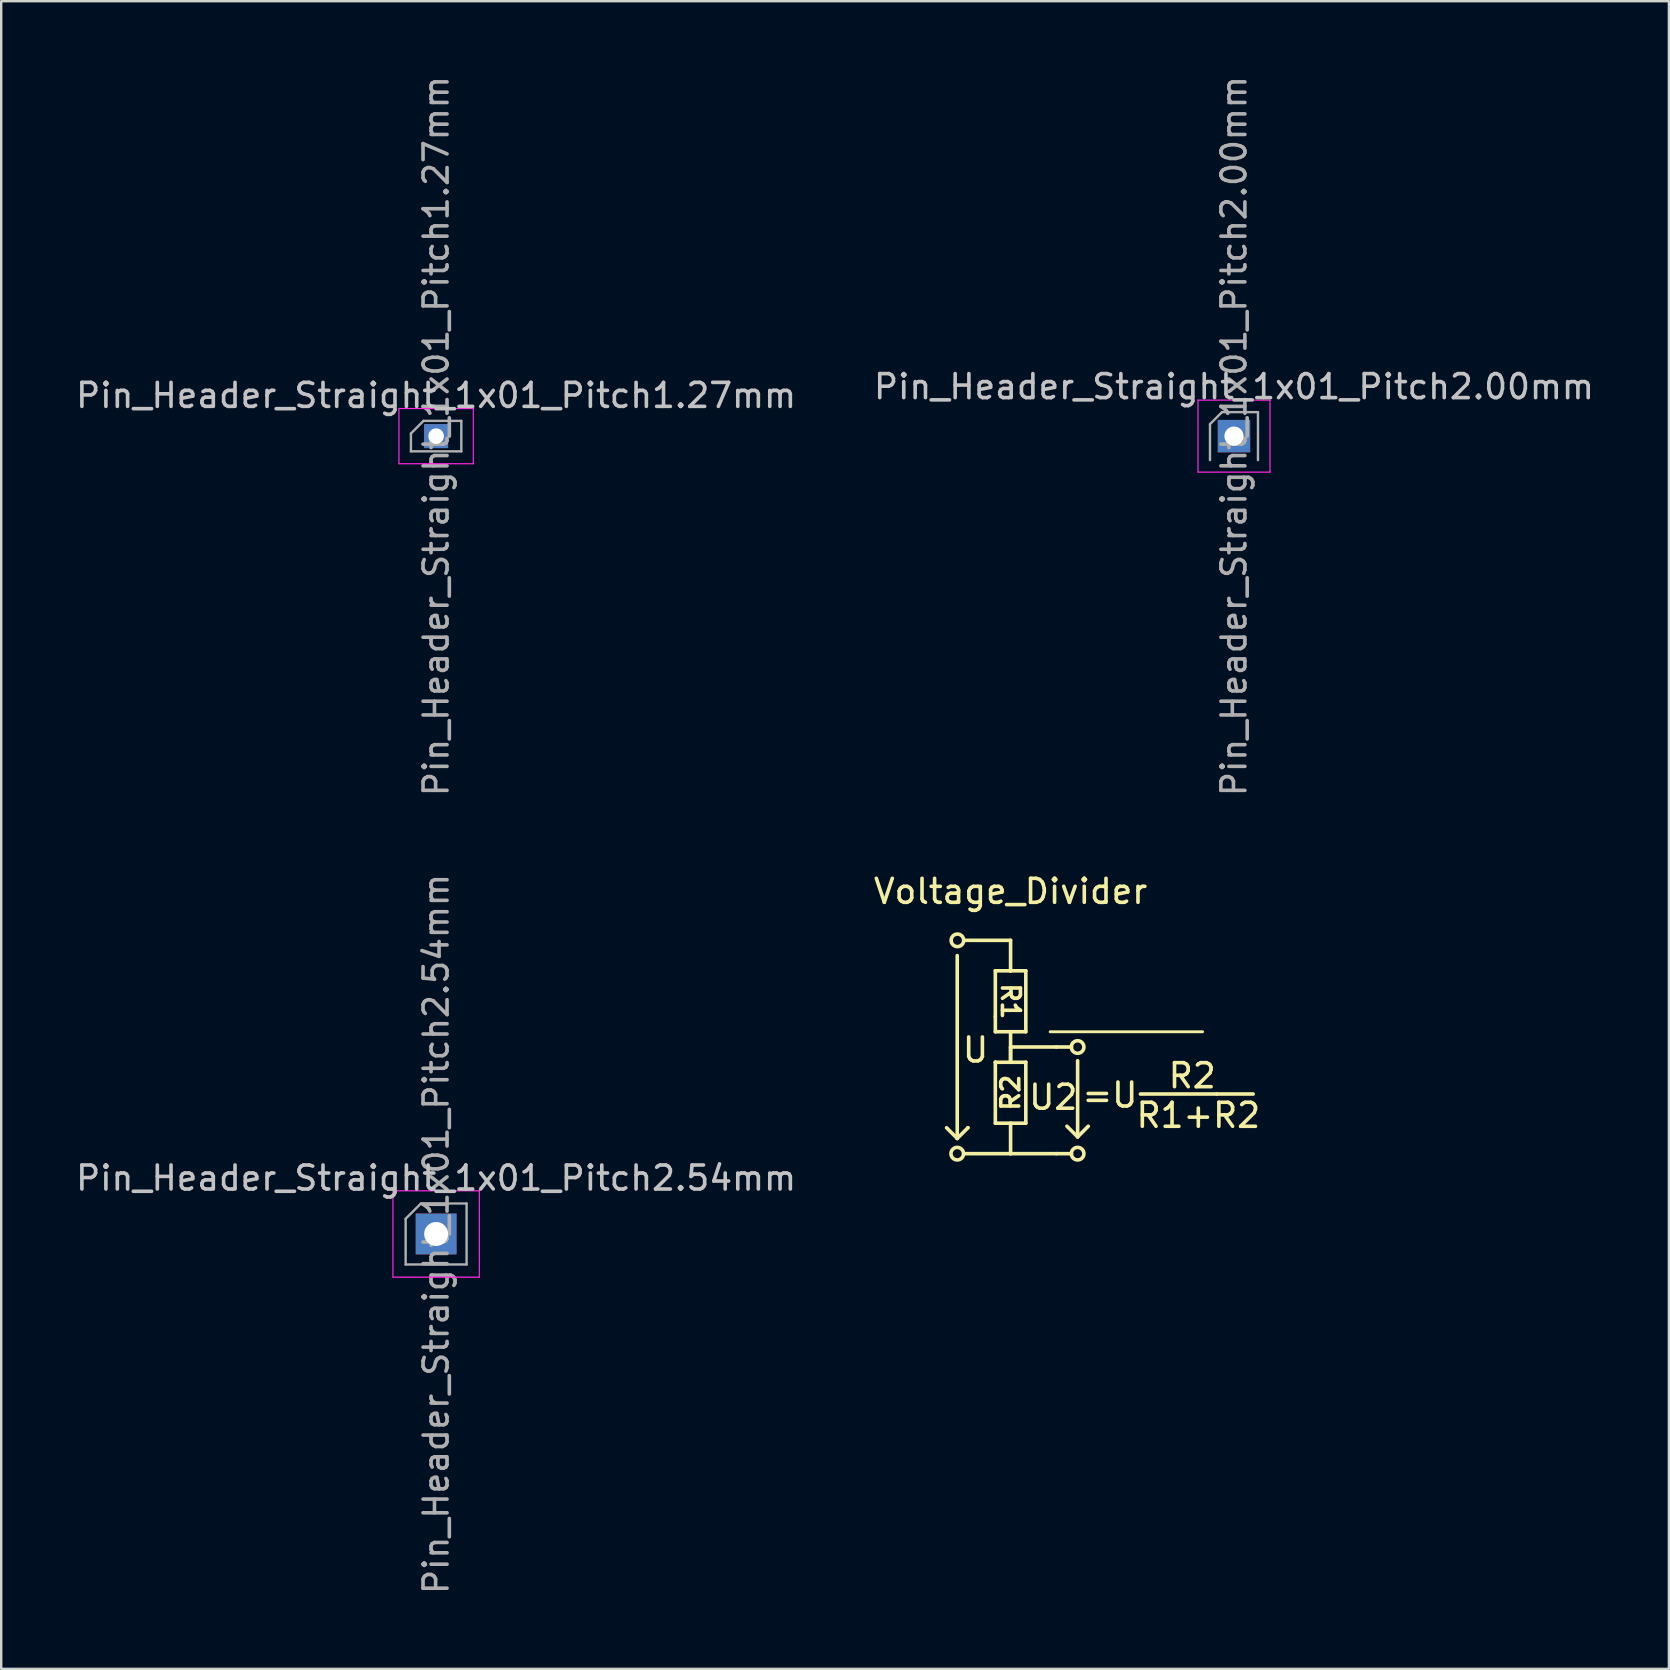
<source format=kicad_pcb>
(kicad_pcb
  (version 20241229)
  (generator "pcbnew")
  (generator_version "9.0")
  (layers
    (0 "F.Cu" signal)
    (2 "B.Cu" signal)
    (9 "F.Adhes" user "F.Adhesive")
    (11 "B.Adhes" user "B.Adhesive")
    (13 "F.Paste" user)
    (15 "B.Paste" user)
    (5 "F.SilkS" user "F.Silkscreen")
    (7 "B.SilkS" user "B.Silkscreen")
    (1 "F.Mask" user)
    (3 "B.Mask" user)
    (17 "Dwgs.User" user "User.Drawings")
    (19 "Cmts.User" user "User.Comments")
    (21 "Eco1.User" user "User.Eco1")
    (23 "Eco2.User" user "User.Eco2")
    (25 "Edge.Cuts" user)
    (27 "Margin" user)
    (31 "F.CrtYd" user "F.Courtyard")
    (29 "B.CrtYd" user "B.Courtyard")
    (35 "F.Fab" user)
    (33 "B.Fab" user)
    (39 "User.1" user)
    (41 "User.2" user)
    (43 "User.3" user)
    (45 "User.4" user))
  (footprint "Pin_Header_Straight_1x01_Pitch2.54mm"
    (layer "F.Cu")
    (at 15.125 48.375)
    (property "Reference" "Pin_Header_Straight_1x01_Pitch2.54mm" (at 0 -2.33 0) (layer "Dwgs.User") (effects (font (size 1 1) (thickness 0.15))))
    (attr through_hole)
    (fp_line (start -1.8 -1.8) (end -1.8 1.8) (stroke (width 0.05) (type solid)) (layer "F.CrtYd"))
    (fp_line (start -1.8 1.8) (end 1.8 1.8) (stroke (width 0.05) (type solid)) (layer "F.CrtYd"))
    (fp_line (start 1.8 -1.8) (end -1.8 -1.8) (stroke (width 0.05) (type solid)) (layer "F.CrtYd"))
    (fp_line (start 1.8 1.8) (end 1.8 -1.8) (stroke (width 0.05) (type solid)) (layer "F.CrtYd"))
    (fp_line (start -1.27 -0.635) (end -0.635 -1.27) (stroke (width 0.1) (type solid)) (layer "F.Fab"))
    (fp_line (start -1.27 1.27) (end -1.27 -0.635) (stroke (width 0.1) (type solid)) (layer "F.Fab"))
    (fp_line (start -0.635 -1.27) (end 1.27 -1.27) (stroke (width 0.1) (type solid)) (layer "F.Fab"))
    (fp_line (start 1.27 -1.27) (end 1.27 1.27) (stroke (width 0.1) (type solid)) (layer "F.Fab"))
    (fp_line (start 1.27 1.27) (end -1.27 1.27) (stroke (width 0.1) (type solid)) (layer "F.Fab"))
    (fp_text user "${REFERENCE}" (at 0 0 90) (layer "F.Fab") (effects (font (size 1 1) (thickness 0.15))))
    (pad "1" thru_hole rect (at 0 0) (size 1.7 1.7) (drill 1) (layers "*.Cu" "*.Mask")))
  (footprint "Voltage_Divider"
    (layer "F.Cu")
    (at 36.906 36.138)
    (property "Reference" "Voltage_Divider" (at 2.159 -2.04 0) (layer "F.SilkS") (effects (font (size 1 1) (thickness 0.15))))
    (attr through_hole)
    (fp_line (start -0.064 0.635) (end -0.064 8.255) (stroke (width 0.15) (type solid)) (layer "F.SilkS"))
    (fp_line (start -0.064 8.255) (end -0.508 7.811) (stroke (width 0.15) (type solid)) (layer "F.SilkS"))
    (fp_line (start -0.064 8.255) (end -0.064 8.255) (stroke (width 0.15) (type solid)) (layer "F.SilkS"))
    (fp_line (start -0.064 8.255) (end 0.381 7.811) (stroke (width 0.15) (type solid)) (layer "F.SilkS"))
    (fp_line (start 0.254 0) (end 2.159 0) (stroke (width 0.15) (type solid)) (layer "F.SilkS"))
    (fp_line (start 0.381 7.811) (end 0.381 7.811) (stroke (width 0.15) (type solid)) (layer "F.SilkS"))
    (fp_line (start 1.524 1.27) (end 1.524 3.175) (stroke (width 0.15) (type solid)) (layer "F.SilkS"))
    (fp_line (start 1.524 3.175) (end 1.524 3.81) (stroke (width 0.15) (type solid)) (layer "F.SilkS"))
    (fp_line (start 1.524 3.81) (end 2.794 3.81) (stroke (width 0.15) (type solid)) (layer "F.SilkS"))
    (fp_line (start 1.524 5.08) (end 1.524 5.08) (stroke (width 0.15) (type solid)) (layer "F.SilkS"))
    (fp_line (start 1.524 5.08) (end 2.794 5.08) (stroke (width 0.15) (type solid)) (layer "F.SilkS"))
    (fp_line (start 1.524 7.62) (end 1.524 5.08) (stroke (width 0.15) (type solid)) (layer "F.SilkS"))
    (fp_line (start 2.159 0) (end 2.159 1.27) (stroke (width 0.15) (type solid)) (layer "F.SilkS"))
    (fp_line (start 2.159 1.27) (end 1.524 1.27) (stroke (width 0.15) (type solid)) (layer "F.SilkS"))
    (fp_line (start 2.159 1.27) (end 2.159 1.27) (stroke (width 0.15) (type solid)) (layer "F.SilkS"))
    (fp_line (start 2.159 3.81) (end 2.159 5.08) (stroke (width 0.15) (type solid)) (layer "F.SilkS"))
    (fp_line (start 2.159 4.445) (end 4.699 4.445) (stroke (width 0.15) (type solid)) (layer "F.SilkS"))
    (fp_line (start 2.159 5.08) (end 2.159 4.445) (stroke (width 0.15) (type solid)) (layer "F.SilkS"))
    (fp_line (start 2.159 5.08) (end 2.159 5.08) (stroke (width 0.15) (type solid)) (layer "F.SilkS"))
    (fp_line (start 2.159 7.62) (end 2.159 8.89) (stroke (width 0.15) (type solid)) (layer "F.SilkS"))
    (fp_line (start 2.159 8.89) (end 0.254 8.89) (stroke (width 0.15) (type solid)) (layer "F.SilkS"))
    (fp_line (start 2.159 8.89) (end 4.064 8.89) (stroke (width 0.15) (type solid)) (layer "F.SilkS"))
    (fp_line (start 2.794 1.27) (end 2.159 1.27) (stroke (width 0.15) (type solid)) (layer "F.SilkS"))
    (fp_line (start 2.794 3.81) (end 2.794 1.27) (stroke (width 0.15) (type solid)) (layer "F.SilkS"))
    (fp_line (start 2.794 5.08) (end 2.794 7.62) (stroke (width 0.15) (type solid)) (layer "F.SilkS"))
    (fp_line (start 2.794 7.62) (end 1.524 7.62) (stroke (width 0.15) (type solid)) (layer "F.SilkS"))
    (fp_line (start 4.064 4.445) (end 4.064 4.445) (stroke (width 0.15) (type solid)) (layer "F.SilkS"))
    (fp_line (start 4.699 8.89) (end 4.064 8.89) (stroke (width 0.15) (type solid)) (layer "F.SilkS"))
    (fp_line (start 4.953 5.016) (end 4.953 8.191) (stroke (width 0.15) (type solid)) (layer "F.SilkS"))
    (fp_line (start 4.953 8.191) (end 4.508 7.747) (stroke (width 0.15) (type solid)) (layer "F.SilkS"))
    (fp_line (start 4.953 8.191) (end 5.397 7.747) (stroke (width 0.15) (type solid)) (layer "F.SilkS"))
    (fp_line (start 7.57 6.405) (end 12.269 6.405) (stroke (width 0.15) (type solid)) (layer "F.SilkS"))
    (fp_line (start 10.16 3.81) (end 3.81 3.81) (stroke (width 0.12) (type solid)) (layer "F.SilkS"))
    (fp_line (start 10.745 6.405) (end 10.745 6.405) (stroke (width 0.15) (type solid)) (layer "F.SilkS"))
    (fp_circle (center -0.064 8.89) (end -0.127 9.144) (stroke (width 0.15) (type solid)) (fill no) (layer "F.SilkS"))
    (fp_circle (center -0.056 0) (end -0.119 0.254) (stroke (width 0.15) (type solid)) (fill no) (layer "F.SilkS"))
    (fp_circle (center 4.953 4.445) (end 4.889 4.699) (stroke (width 0.15) (type solid)) (fill no) (layer "F.SilkS"))
    (fp_circle (center 4.953 8.89) (end 4.889 9.144) (stroke (width 0.15) (type solid)) (fill no) (layer "F.SilkS"))
    (fp_text user "R1" (at 2.159 2.54 270) (unlocked yes) (layer "F.SilkS") (effects (font (size 0.75 0.75) (thickness 0.15))))
    (fp_text user "=U" (at 6.3 6.45 0) (layer "F.SilkS") (effects (font (size 1 1) (thickness 0.15))))
    (fp_text user "U" (at 0.699 4.572 0) (layer "F.SilkS") (effects (font (size 1 1) (thickness 0.15))))
    (fp_text user "R1+R2" (at 9.983 7.294 0) (layer "F.SilkS") (effects (font (size 1 1) (thickness 0.15))))
    (fp_text user "R2" (at 2.159 6.35 270) (layer "F.SilkS") (effects (font (size 0.75 0.75) (thickness 0.15))))
    (fp_text user "R2" (at 9.729 5.643 0) (layer "F.SilkS") (effects (font (size 1 1) (thickness 0.15))))
    (fp_text user "U2" (at 3.937 6.54 0) (layer "F.SilkS") (effects (font (size 1 1) (thickness 0.15)))))
  (footprint "Pin_Header_Straight_1x01_Pitch2.00mm"
    (layer "F.Cu")
    (at 48.375 15.125)
    (property "Reference" "Pin_Header_Straight_1x01_Pitch2.00mm" (at 0 -2.06 0) (layer "Dwgs.User") (effects (font (size 1 1) (thickness 0.15))))
    (attr through_hole)
    (fp_line (start -1.5 -1.5) (end -1.5 1.5) (stroke (width 0.05) (type solid)) (layer "F.CrtYd"))
    (fp_line (start -1.5 1.5) (end 1.5 1.5) (stroke (width 0.05) (type solid)) (layer "F.CrtYd"))
    (fp_line (start 1.5 -1.5) (end -1.5 -1.5) (stroke (width 0.05) (type solid)) (layer "F.CrtYd"))
    (fp_line (start 1.5 1.5) (end 1.5 -1.5) (stroke (width 0.05) (type solid)) (layer "F.CrtYd"))
    (fp_line (start -1 -0.5) (end -0.5 -1) (stroke (width 0.1) (type solid)) (layer "F.Fab"))
    (fp_line (start -1 1) (end -1 -0.5) (stroke (width 0.1) (type solid)) (layer "F.Fab"))
    (fp_line (start -0.5 -1) (end 1 -1) (stroke (width 0.1) (type solid)) (layer "F.Fab"))
    (fp_line (start 1 -1) (end 1 1) (stroke (width 0.1) (type solid)) (layer "F.Fab"))
    (fp_text user "${REFERENCE}" (at 0 0 90) (layer "F.Fab") (effects (font (size 1 1) (thickness 0.15))))
    (pad "1" thru_hole rect (at 0 0) (size 1.35 1.35) (drill 0.8) (layers "*.Cu" "*.Mask")))
  (footprint "Pin_Header_Straight_1x01_Pitch1.27mm"
    (layer "F.Cu")
    (at 15.125 15.125)
    (property "Reference" "Pin_Header_Straight_1x01_Pitch1.27mm" (at 0 -1.695 0) (layer "Dwgs.User") (effects (font (size 1 1) (thickness 0.15))))
    (attr through_hole)
    (fp_line (start -1.55 -1.15) (end -1.55 1.15) (stroke (width 0.05) (type solid)) (layer "F.CrtYd"))
    (fp_line (start -1.55 1.15) (end 1.55 1.15) (stroke (width 0.05) (type solid)) (layer "F.CrtYd"))
    (fp_line (start 1.55 -1.15) (end -1.55 -1.15) (stroke (width 0.05) (type solid)) (layer "F.CrtYd"))
    (fp_line (start 1.55 1.15) (end 1.55 -1.15) (stroke (width 0.05) (type solid)) (layer "F.CrtYd"))
    (fp_line (start -1.05 -0.11) (end -0.525 -0.635) (stroke (width 0.1) (type solid)) (layer "F.Fab"))
    (fp_line (start -1.05 0.635) (end -1.05 -0.11) (stroke (width 0.1) (type solid)) (layer "F.Fab"))
    (fp_line (start -0.525 -0.635) (end 1.05 -0.635) (stroke (width 0.1) (type solid)) (layer "F.Fab"))
    (fp_line (start 1.05 -0.635) (end 1.05 0.635) (stroke (width 0.1) (type solid)) (layer "F.Fab"))
    (fp_line (start 1.05 0.635) (end -1.05 0.635) (stroke (width 0.1) (type solid)) (layer "F.Fab"))
    (fp_text user "${REFERENCE}" (at 0 0 90) (layer "F.Fab") (effects (font (size 1 1) (thickness 0.15))))
    (pad "1" thru_hole rect (at 0 0) (size 1 1) (drill 0.65) (layers "*.Cu" "*.Mask")))
  (gr_rect
    (start -3 -3)
    (end 66.5 66.5)
    (stroke (width 0.1) (type default))
    (fill no)
    (layer "Edge.Cuts")))
</source>
